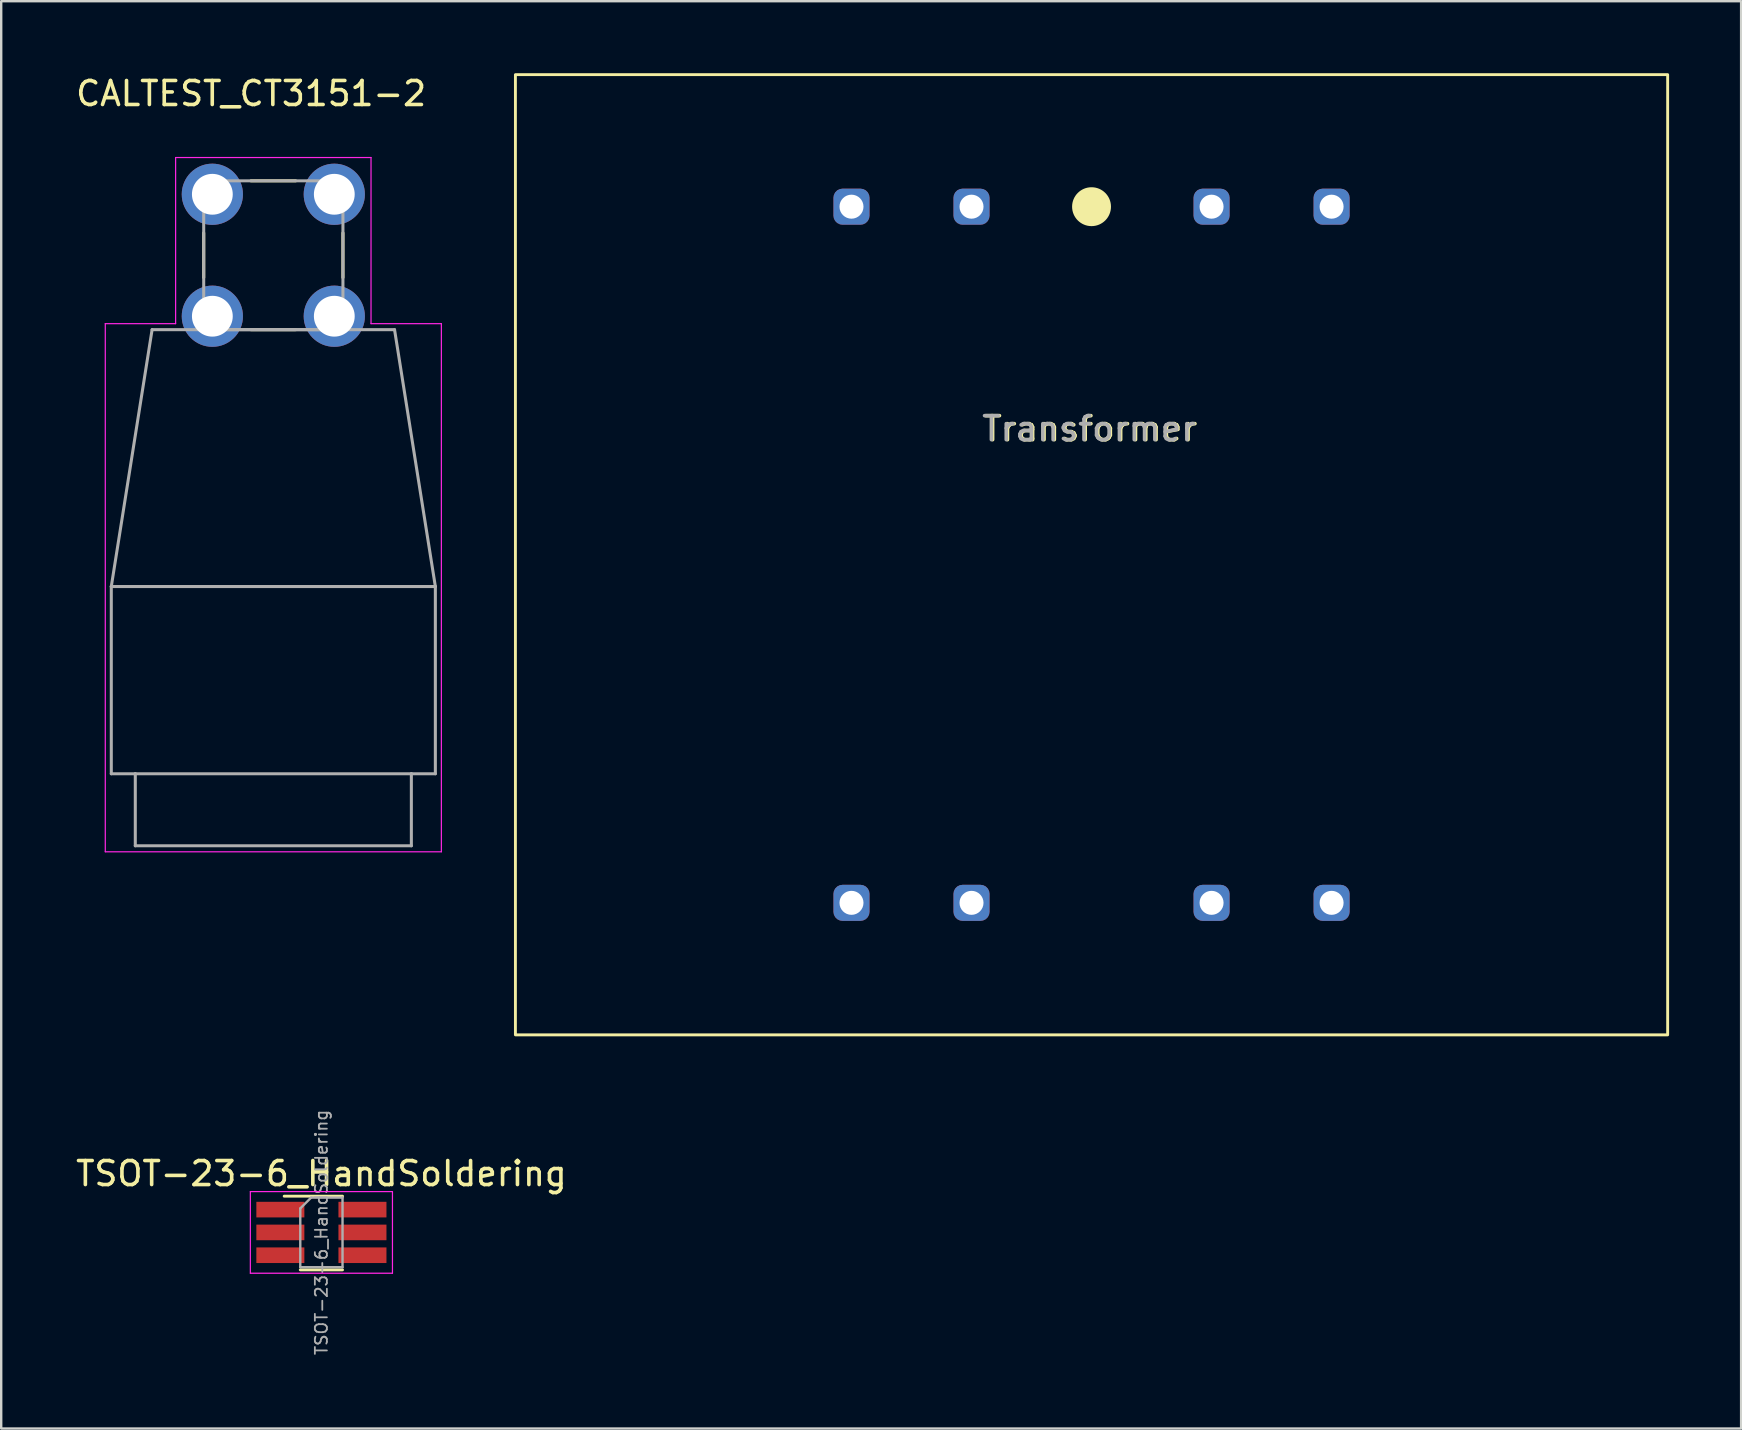
<source format=kicad_pcb>
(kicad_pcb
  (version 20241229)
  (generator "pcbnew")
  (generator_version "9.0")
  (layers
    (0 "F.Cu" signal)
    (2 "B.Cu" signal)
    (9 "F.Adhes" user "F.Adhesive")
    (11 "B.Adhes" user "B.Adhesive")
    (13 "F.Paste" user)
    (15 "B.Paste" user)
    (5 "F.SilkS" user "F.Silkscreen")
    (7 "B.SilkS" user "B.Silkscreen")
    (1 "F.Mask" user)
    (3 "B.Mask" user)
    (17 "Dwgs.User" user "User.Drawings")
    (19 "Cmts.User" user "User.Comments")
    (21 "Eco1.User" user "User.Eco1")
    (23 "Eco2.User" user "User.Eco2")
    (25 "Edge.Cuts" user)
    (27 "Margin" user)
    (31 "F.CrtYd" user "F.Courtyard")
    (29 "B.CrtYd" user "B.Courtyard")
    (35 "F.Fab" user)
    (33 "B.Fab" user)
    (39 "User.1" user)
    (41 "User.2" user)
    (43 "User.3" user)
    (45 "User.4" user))
  (footprint "TSOT-23-6_HandSoldering"
    (layer "F.Cu")
    (at 10.339 48.29)
    (property "Reference" "TSOT-23-6_HandSoldering" (at 0 -2.45 0) (layer "F.SilkS") (effects (font (size 1 1) (thickness 0.15))))
    (attr smd)
    (fp_line (start -0.88 1.56) (end 0.88 1.56) (stroke (width 0.12) (type solid)) (layer "F.SilkS"))
    (fp_line (start 0.88 -1.51) (end -1.55 -1.51) (stroke (width 0.12) (type solid)) (layer "F.SilkS"))
    (fp_line (start -2.96 -1.7) (end -2.96 1.7) (stroke (width 0.05) (type solid)) (layer "F.CrtYd"))
    (fp_line (start -2.96 -1.7) (end 2.96 -1.7) (stroke (width 0.05) (type solid)) (layer "F.CrtYd"))
    (fp_line (start 2.96 1.7) (end -2.96 1.7) (stroke (width 0.05) (type solid)) (layer "F.CrtYd"))
    (fp_line (start 2.96 1.7) (end 2.96 -1.7) (stroke (width 0.05) (type solid)) (layer "F.CrtYd"))
    (fp_line (start -0.88 -1) (end -0.88 1.45) (stroke (width 0.1) (type solid)) (layer "F.Fab"))
    (fp_line (start -0.88 -1) (end -0.43 -1.45) (stroke (width 0.1) (type solid)) (layer "F.Fab"))
    (fp_line (start 0.88 -1.45) (end -0.43 -1.45) (stroke (width 0.1) (type solid)) (layer "F.Fab"))
    (fp_line (start 0.88 -1.45) (end 0.88 1.45) (stroke (width 0.1) (type solid)) (layer "F.Fab"))
    (fp_line (start 0.88 1.45) (end -0.88 1.45) (stroke (width 0.1) (type solid)) (layer "F.Fab"))
    (fp_text user "${REFERENCE}" (at 0 0 90) (layer "F.Fab") (effects (font (size 0.5 0.5) (thickness 0.075))))
    (pad "1" smd rect (at -1.71 -0.95) (size 2 0.65) (layers "F.Cu" "F.Mask" "F.Paste"))
    (pad "2" smd rect (at -1.71 0) (size 2 0.65) (layers "F.Cu" "F.Mask" "F.Paste"))
    (pad "3" smd rect (at -1.71 0.95) (size 2 0.65) (layers "F.Cu" "F.Mask" "F.Paste"))
    (pad "4" smd rect (at 1.71 0.95) (size 2 0.65) (layers "F.Cu" "F.Mask" "F.Paste"))
    (pad "5" smd rect (at 1.71 0) (size 2 0.65) (layers "F.Cu" "F.Mask" "F.Paste"))
    (pad "6" smd rect (at 1.71 -0.95) (size 2 0.65) (layers "F.Cu" "F.Mask" "F.Paste")))
  (footprint "CALTEST_CT3151-2"
    (layer "F.Cu")
    (at 8.336 7.583)
    (property "Reference" "CALTEST_CT3151-2" (at -0.925 -6.735 0) (layer "F.SilkS") (effects (font (size 1 1) (thickness 0.15))))
    (attr through_hole)
    (fp_line (start -2.9 -0.93) (end -2.9 0.93) (stroke (width 0.127) (type solid)) (layer "F.SilkS"))
    (fp_line (start -0.93 -3.1) (end 0.93 -3.1) (stroke (width 0.127) (type solid)) (layer "F.SilkS"))
    (fp_line (start -0.93 3.1) (end 0.93 3.1) (stroke (width 0.127) (type solid)) (layer "F.SilkS"))
    (fp_line (start 2.9 -0.93) (end 2.9 0.93) (stroke (width 0.127) (type solid)) (layer "F.SilkS"))
    (fp_line (start -7 2.85) (end -4.07 2.85) (stroke (width 0.05) (type solid)) (layer "F.CrtYd"))
    (fp_line (start -7 24.85) (end -7 2.85) (stroke (width 0.05) (type solid)) (layer "F.CrtYd"))
    (fp_line (start -4.07 -4.07) (end 4.07 -4.07) (stroke (width 0.05) (type solid)) (layer "F.CrtYd"))
    (fp_line (start -4.07 2.85) (end -4.07 -4.07) (stroke (width 0.05) (type solid)) (layer "F.CrtYd"))
    (fp_line (start 4.07 -4.07) (end 4.07 2.85) (stroke (width 0.05) (type solid)) (layer "F.CrtYd"))
    (fp_line (start 4.07 2.85) (end 7 2.85) (stroke (width 0.05) (type solid)) (layer "F.CrtYd"))
    (fp_line (start 7 2.85) (end 7 24.85) (stroke (width 0.05) (type solid)) (layer "F.CrtYd"))
    (fp_line (start 7 24.85) (end -7 24.85) (stroke (width 0.05) (type solid)) (layer "F.CrtYd"))
    (fp_line (start -6.75 13.8) (end -6.75 21.6) (stroke (width 0.127) (type solid)) (layer "F.Fab"))
    (fp_line (start -6.75 13.8) (end 6.75 13.8) (stroke (width 0.127) (type solid)) (layer "F.Fab"))
    (fp_line (start -6.75 21.6) (end -5.75 21.6) (stroke (width 0.127) (type solid)) (layer "F.Fab"))
    (fp_line (start -5.75 21.6) (end -5.75 24.6) (stroke (width 0.127) (type solid)) (layer "F.Fab"))
    (fp_line (start -5.75 21.6) (end 5.75 21.6) (stroke (width 0.127) (type solid)) (layer "F.Fab"))
    (fp_line (start -5.75 24.6) (end 5.75 24.6) (stroke (width 0.127) (type solid)) (layer "F.Fab"))
    (fp_line (start -5.05 3.1) (end -6.75 13.8) (stroke (width 0.127) (type solid)) (layer "F.Fab"))
    (fp_line (start -5.05 3.1) (end 5.05 3.1) (stroke (width 0.127) (type solid)) (layer "F.Fab"))
    (fp_line (start -2.9 -3.1) (end 2.9 -3.1) (stroke (width 0.127) (type solid)) (layer "F.Fab"))
    (fp_line (start -2.9 3.1) (end -2.9 -3.1) (stroke (width 0.127) (type solid)) (layer "F.Fab"))
    (fp_line (start 2.9 -3.1) (end 2.9 3.1) (stroke (width 0.127) (type solid)) (layer "F.Fab"))
    (fp_line (start 2.9 3.1) (end -2.9 3.1) (stroke (width 0.127) (type solid)) (layer "F.Fab"))
    (fp_line (start 5.05 3.1) (end 6.75 13.8) (stroke (width 0.127) (type solid)) (layer "F.Fab"))
    (fp_line (start 5.75 21.6) (end 6.75 21.6) (stroke (width 0.127) (type solid)) (layer "F.Fab"))
    (fp_line (start 5.75 24.6) (end 5.75 21.6) (stroke (width 0.127) (type solid)) (layer "F.Fab"))
    (fp_line (start 6.75 21.6) (end 6.75 13.8) (stroke (width 0.127) (type solid)) (layer "F.Fab"))
    (pad "1" thru_hole circle (at -2.54 -2.54) (size 2.55 2.55) (drill 1.7) (layers "*.Cu" "*.Mask"))
    (pad "2" thru_hole circle (at 2.54 -2.54) (size 2.55 2.55) (drill 1.7) (layers "*.Cu" "*.Mask"))
    (pad "3" thru_hole circle (at -2.54 2.54) (size 2.55 2.55) (drill 1.7) (layers "*.Cu" "*.Mask"))
    (pad "4" thru_hole circle (at 2.54 2.54) (size 2.55 2.55) (drill 1.7) (layers "*.Cu" "*.Mask")))
  (footprint "Transformer"
    (layer "F.Cu")
    (at 42.421 20.06)
    (property "Reference" "Transformer" (at -0.05 -5.25 0) (unlocked yes) (layer "F.SilkS") (effects (font (size 1 1) (thickness 0.15))))
    (attr smd)
    (fp_rect (start -24 -20) (end 24 20) (stroke (width 0.12) (type solid)) (fill no) (layer "F.SilkS"))
    (fp_circle (center 0 -14.5) (end 0.75 -14.5) (stroke (width 0.12) (type solid)) (fill yes) (layer "F.SilkS"))
    (fp_text user "${REFERENCE}" (at -0.1 -5.25 0) (unlocked yes) (layer "F.Fab") (effects (font (size 1 1) (thickness 0.15))))
    (pad "1" thru_hole roundrect (at -10 14.5) (size 1.5 1.5) (drill 1) (layers "*.Cu" "*.Mask") (roundrect_rratio 0.25))
    (pad "3" thru_hole roundrect (at -5 14.5) (size 1.5 1.5) (drill 1) (layers "*.Cu" "*.Mask") (roundrect_rratio 0.25))
    (pad "4" thru_hole roundrect (at 5 14.5) (size 1.5 1.5) (drill 1) (layers "*.Cu" "*.Mask") (roundrect_rratio 0.25))
    (pad "6" thru_hole roundrect (at 10 14.5) (size 1.5 1.5) (drill 1) (layers "*.Cu" "*.Mask") (roundrect_rratio 0.25))
    (pad "7" thru_hole roundrect (at -10 -14.5) (size 1.5 1.5) (drill 1) (layers "*.Cu" "*.Mask") (roundrect_rratio 0.25))
    (pad "9" thru_hole roundrect (at -5 -14.5) (size 1.5 1.5) (drill 1) (layers "*.Cu" "*.Mask") (roundrect_rratio 0.25))
    (pad "10" thru_hole roundrect (at 5 -14.5) (size 1.5 1.5) (drill 1) (layers "*.Cu" "*.Mask") (roundrect_rratio 0.25))
    (pad "12" thru_hole roundrect (at 10 -14.5) (size 1.5 1.5) (drill 1) (layers "*.Cu" "*.Mask") (roundrect_rratio 0.25)))
  (gr_rect
    (start -3 -3)
    (end 69.481 56.459)
    (stroke (width 0.1) (type default))
    (fill no)
    (layer "Edge.Cuts")))
</source>
